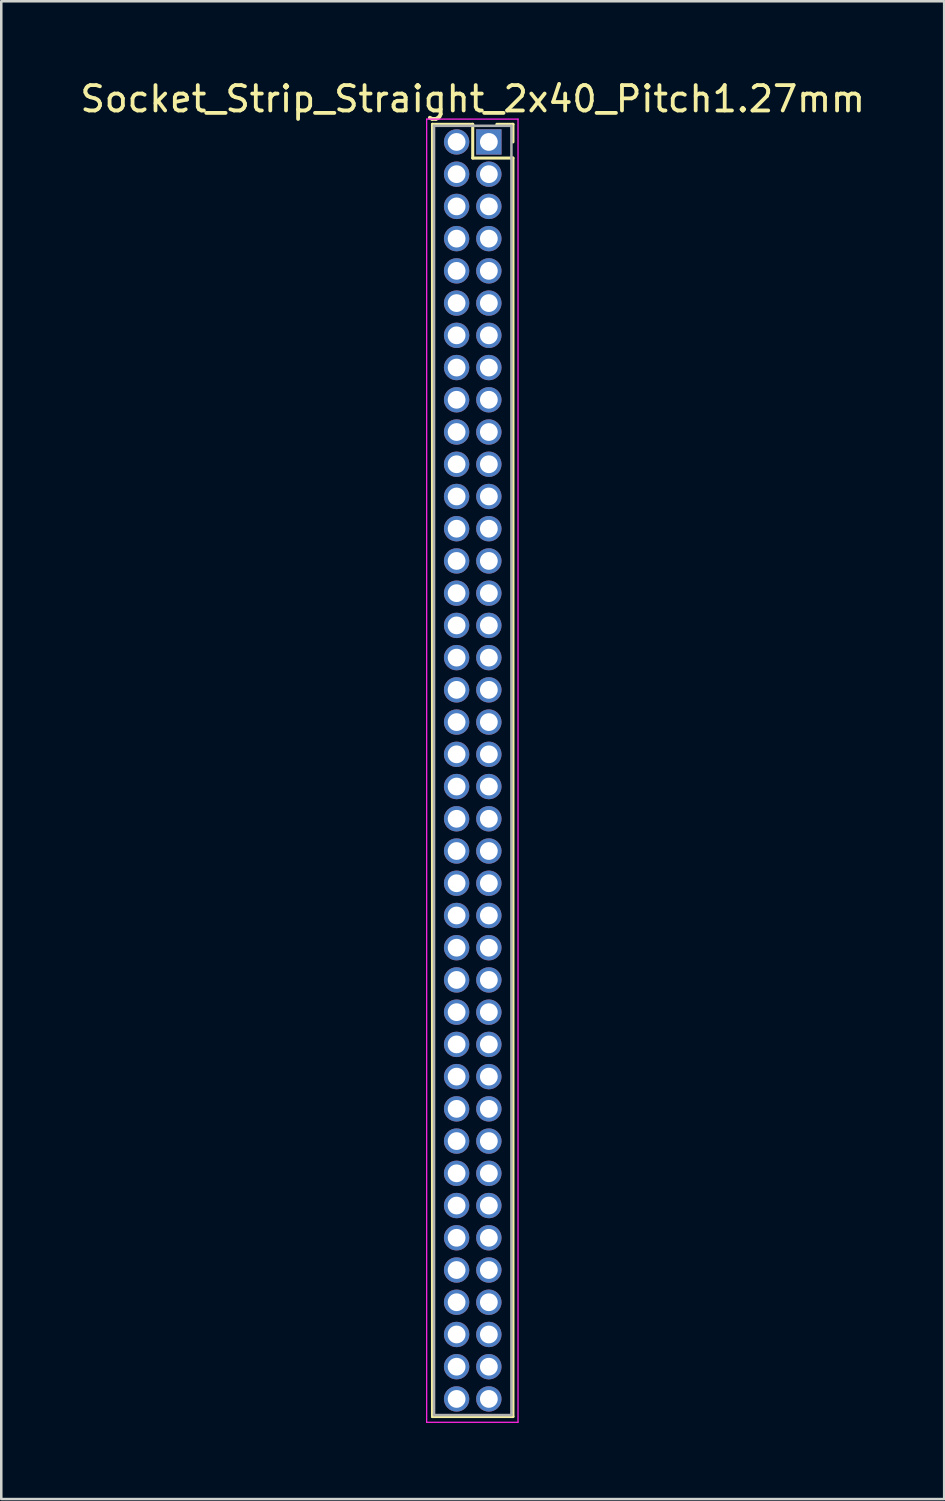
<source format=kicad_pcb>
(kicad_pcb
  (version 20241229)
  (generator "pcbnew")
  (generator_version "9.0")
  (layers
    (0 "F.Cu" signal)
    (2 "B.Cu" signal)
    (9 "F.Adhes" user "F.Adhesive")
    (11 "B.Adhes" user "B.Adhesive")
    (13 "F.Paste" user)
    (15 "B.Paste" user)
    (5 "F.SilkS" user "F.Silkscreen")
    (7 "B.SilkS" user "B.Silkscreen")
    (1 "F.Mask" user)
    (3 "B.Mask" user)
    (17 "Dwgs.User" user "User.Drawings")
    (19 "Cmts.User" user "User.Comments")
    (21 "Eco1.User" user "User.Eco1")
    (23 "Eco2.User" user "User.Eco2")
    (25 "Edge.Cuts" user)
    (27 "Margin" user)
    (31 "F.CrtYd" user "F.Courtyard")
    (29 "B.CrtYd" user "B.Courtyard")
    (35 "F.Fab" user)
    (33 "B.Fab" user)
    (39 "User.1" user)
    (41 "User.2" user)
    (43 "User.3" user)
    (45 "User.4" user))
  (footprint "Socket_Strip_Straight_2x40_Pitch1.27mm"
    (layer "F.Cu")
    (at 16.212 2.543)
    (property "Reference" "Socket_Strip_Straight_2x40_Pitch1.27mm" (at -0.635 -1.695 0) (layer "F.SilkS") (effects (font (size 1 1) (thickness 0.15))))
    (attr through_hole)
    (fp_line (start -2.22 -0.695) (end -0.635 -0.695) (stroke (width 0.12) (type solid)) (layer "F.SilkS"))
    (fp_line (start -2.22 50.225) (end -2.22 -0.695) (stroke (width 0.12) (type solid)) (layer "F.SilkS"))
    (fp_line (start -0.635 -0.695) (end -0.635 0.635) (stroke (width 0.12) (type solid)) (layer "F.SilkS"))
    (fp_line (start -0.635 0.635) (end 0.95 0.635) (stroke (width 0.12) (type solid)) (layer "F.SilkS"))
    (fp_line (start 0.95 -0.695) (end 0.315 -0.695) (stroke (width 0.12) (type solid)) (layer "F.SilkS"))
    (fp_line (start 0.95 0) (end 0.95 -0.695) (stroke (width 0.12) (type solid)) (layer "F.SilkS"))
    (fp_line (start 0.95 0.635) (end 0.95 50.225) (stroke (width 0.12) (type solid)) (layer "F.SilkS"))
    (fp_line (start 0.95 50.225) (end -2.22 50.225) (stroke (width 0.12) (type solid)) (layer "F.SilkS"))
    (fp_line (start -2.45 -0.9) (end -2.45 50.45) (stroke (width 0.05) (type solid)) (layer "F.CrtYd"))
    (fp_line (start -2.45 50.45) (end 1.15 50.45) (stroke (width 0.05) (type solid)) (layer "F.CrtYd"))
    (fp_line (start 1.15 -0.9) (end -2.45 -0.9) (stroke (width 0.05) (type solid)) (layer "F.CrtYd"))
    (fp_line (start 1.15 50.45) (end 1.15 -0.9) (stroke (width 0.05) (type solid)) (layer "F.CrtYd"))
    (fp_line (start -2.16 -0.635) (end -2.16 50.165) (stroke (width 0.1) (type solid)) (layer "F.Fab"))
    (fp_line (start -2.16 50.165) (end 0.89 50.165) (stroke (width 0.1) (type solid)) (layer "F.Fab"))
    (fp_line (start 0.89 -0.635) (end -2.16 -0.635) (stroke (width 0.1) (type solid)) (layer "F.Fab"))
    (fp_line (start 0.89 50.165) (end 0.89 -0.635) (stroke (width 0.1) (type solid)) (layer "F.Fab"))
    (pad "1" thru_hole rect (at 0 0) (size 1 1) (drill 0.7) (layers "*.Cu" "*.Mask"))
    (pad "2" thru_hole oval (at -1.27 0) (size 1 1) (drill 0.7) (layers "*.Cu" "*.Mask"))
    (pad "3" thru_hole oval (at 0 1.27) (size 1 1) (drill 0.7) (layers "*.Cu" "*.Mask"))
    (pad "4" thru_hole oval (at -1.27 1.27) (size 1 1) (drill 0.7) (layers "*.Cu" "*.Mask"))
    (pad "5" thru_hole oval (at 0 2.54) (size 1 1) (drill 0.7) (layers "*.Cu" "*.Mask"))
    (pad "6" thru_hole oval (at -1.27 2.54) (size 1 1) (drill 0.7) (layers "*.Cu" "*.Mask"))
    (pad "7" thru_hole oval (at 0 3.81) (size 1 1) (drill 0.7) (layers "*.Cu" "*.Mask"))
    (pad "8" thru_hole oval (at -1.27 3.81) (size 1 1) (drill 0.7) (layers "*.Cu" "*.Mask"))
    (pad "9" thru_hole oval (at 0 5.08) (size 1 1) (drill 0.7) (layers "*.Cu" "*.Mask"))
    (pad "10" thru_hole oval (at -1.27 5.08) (size 1 1) (drill 0.7) (layers "*.Cu" "*.Mask"))
    (pad "11" thru_hole oval (at 0 6.35) (size 1 1) (drill 0.7) (layers "*.Cu" "*.Mask"))
    (pad "12" thru_hole oval (at -1.27 6.35) (size 1 1) (drill 0.7) (layers "*.Cu" "*.Mask"))
    (pad "13" thru_hole oval (at 0 7.62) (size 1 1) (drill 0.7) (layers "*.Cu" "*.Mask"))
    (pad "14" thru_hole oval (at -1.27 7.62) (size 1 1) (drill 0.7) (layers "*.Cu" "*.Mask"))
    (pad "15" thru_hole oval (at 0 8.89) (size 1 1) (drill 0.7) (layers "*.Cu" "*.Mask"))
    (pad "16" thru_hole oval (at -1.27 8.89) (size 1 1) (drill 0.7) (layers "*.Cu" "*.Mask"))
    (pad "17" thru_hole oval (at 0 10.16) (size 1 1) (drill 0.7) (layers "*.Cu" "*.Mask"))
    (pad "18" thru_hole oval (at -1.27 10.16) (size 1 1) (drill 0.7) (layers "*.Cu" "*.Mask"))
    (pad "19" thru_hole oval (at 0 11.43) (size 1 1) (drill 0.7) (layers "*.Cu" "*.Mask"))
    (pad "20" thru_hole oval (at -1.27 11.43) (size 1 1) (drill 0.7) (layers "*.Cu" "*.Mask"))
    (pad "21" thru_hole oval (at 0 12.7) (size 1 1) (drill 0.7) (layers "*.Cu" "*.Mask"))
    (pad "22" thru_hole oval (at -1.27 12.7) (size 1 1) (drill 0.7) (layers "*.Cu" "*.Mask"))
    (pad "23" thru_hole oval (at 0 13.97) (size 1 1) (drill 0.7) (layers "*.Cu" "*.Mask"))
    (pad "24" thru_hole oval (at -1.27 13.97) (size 1 1) (drill 0.7) (layers "*.Cu" "*.Mask"))
    (pad "25" thru_hole oval (at 0 15.24) (size 1 1) (drill 0.7) (layers "*.Cu" "*.Mask"))
    (pad "26" thru_hole oval (at -1.27 15.24) (size 1 1) (drill 0.7) (layers "*.Cu" "*.Mask"))
    (pad "27" thru_hole oval (at 0 16.51) (size 1 1) (drill 0.7) (layers "*.Cu" "*.Mask"))
    (pad "28" thru_hole oval (at -1.27 16.51) (size 1 1) (drill 0.7) (layers "*.Cu" "*.Mask"))
    (pad "29" thru_hole oval (at 0 17.78) (size 1 1) (drill 0.7) (layers "*.Cu" "*.Mask"))
    (pad "30" thru_hole oval (at -1.27 17.78) (size 1 1) (drill 0.7) (layers "*.Cu" "*.Mask"))
    (pad "31" thru_hole oval (at 0 19.05) (size 1 1) (drill 0.7) (layers "*.Cu" "*.Mask"))
    (pad "32" thru_hole oval (at -1.27 19.05) (size 1 1) (drill 0.7) (layers "*.Cu" "*.Mask"))
    (pad "33" thru_hole oval (at 0 20.32) (size 1 1) (drill 0.7) (layers "*.Cu" "*.Mask"))
    (pad "34" thru_hole oval (at -1.27 20.32) (size 1 1) (drill 0.7) (layers "*.Cu" "*.Mask"))
    (pad "35" thru_hole oval (at 0 21.59) (size 1 1) (drill 0.7) (layers "*.Cu" "*.Mask"))
    (pad "36" thru_hole oval (at -1.27 21.59) (size 1 1) (drill 0.7) (layers "*.Cu" "*.Mask"))
    (pad "37" thru_hole oval (at 0 22.86) (size 1 1) (drill 0.7) (layers "*.Cu" "*.Mask"))
    (pad "38" thru_hole oval (at -1.27 22.86) (size 1 1) (drill 0.7) (layers "*.Cu" "*.Mask"))
    (pad "39" thru_hole oval (at 0 24.13) (size 1 1) (drill 0.7) (layers "*.Cu" "*.Mask"))
    (pad "40" thru_hole oval (at -1.27 24.13) (size 1 1) (drill 0.7) (layers "*.Cu" "*.Mask"))
    (pad "41" thru_hole oval (at 0 25.4) (size 1 1) (drill 0.7) (layers "*.Cu" "*.Mask"))
    (pad "42" thru_hole oval (at -1.27 25.4) (size 1 1) (drill 0.7) (layers "*.Cu" "*.Mask"))
    (pad "43" thru_hole oval (at 0 26.67) (size 1 1) (drill 0.7) (layers "*.Cu" "*.Mask"))
    (pad "44" thru_hole oval (at -1.27 26.67) (size 1 1) (drill 0.7) (layers "*.Cu" "*.Mask"))
    (pad "45" thru_hole oval (at 0 27.94) (size 1 1) (drill 0.7) (layers "*.Cu" "*.Mask"))
    (pad "46" thru_hole oval (at -1.27 27.94) (size 1 1) (drill 0.7) (layers "*.Cu" "*.Mask"))
    (pad "47" thru_hole oval (at 0 29.21) (size 1 1) (drill 0.7) (layers "*.Cu" "*.Mask"))
    (pad "48" thru_hole oval (at -1.27 29.21) (size 1 1) (drill 0.7) (layers "*.Cu" "*.Mask"))
    (pad "49" thru_hole oval (at 0 30.48) (size 1 1) (drill 0.7) (layers "*.Cu" "*.Mask"))
    (pad "50" thru_hole oval (at -1.27 30.48) (size 1 1) (drill 0.7) (layers "*.Cu" "*.Mask"))
    (pad "51" thru_hole oval (at 0 31.75) (size 1 1) (drill 0.7) (layers "*.Cu" "*.Mask"))
    (pad "52" thru_hole oval (at -1.27 31.75) (size 1 1) (drill 0.7) (layers "*.Cu" "*.Mask"))
    (pad "53" thru_hole oval (at 0 33.02) (size 1 1) (drill 0.7) (layers "*.Cu" "*.Mask"))
    (pad "54" thru_hole oval (at -1.27 33.02) (size 1 1) (drill 0.7) (layers "*.Cu" "*.Mask"))
    (pad "55" thru_hole oval (at 0 34.29) (size 1 1) (drill 0.7) (layers "*.Cu" "*.Mask"))
    (pad "56" thru_hole oval (at -1.27 34.29) (size 1 1) (drill 0.7) (layers "*.Cu" "*.Mask"))
    (pad "57" thru_hole oval (at 0 35.56) (size 1 1) (drill 0.7) (layers "*.Cu" "*.Mask"))
    (pad "58" thru_hole oval (at -1.27 35.56) (size 1 1) (drill 0.7) (layers "*.Cu" "*.Mask"))
    (pad "59" thru_hole oval (at 0 36.83) (size 1 1) (drill 0.7) (layers "*.Cu" "*.Mask"))
    (pad "60" thru_hole oval (at -1.27 36.83) (size 1 1) (drill 0.7) (layers "*.Cu" "*.Mask"))
    (pad "61" thru_hole oval (at 0 38.1) (size 1 1) (drill 0.7) (layers "*.Cu" "*.Mask"))
    (pad "62" thru_hole oval (at -1.27 38.1) (size 1 1) (drill 0.7) (layers "*.Cu" "*.Mask"))
    (pad "63" thru_hole oval (at 0 39.37) (size 1 1) (drill 0.7) (layers "*.Cu" "*.Mask"))
    (pad "64" thru_hole oval (at -1.27 39.37) (size 1 1) (drill 0.7) (layers "*.Cu" "*.Mask"))
    (pad "65" thru_hole oval (at 0 40.64) (size 1 1) (drill 0.7) (layers "*.Cu" "*.Mask"))
    (pad "66" thru_hole oval (at -1.27 40.64) (size 1 1) (drill 0.7) (layers "*.Cu" "*.Mask"))
    (pad "67" thru_hole oval (at 0 41.91) (size 1 1) (drill 0.7) (layers "*.Cu" "*.Mask"))
    (pad "68" thru_hole oval (at -1.27 41.91) (size 1 1) (drill 0.7) (layers "*.Cu" "*.Mask"))
    (pad "69" thru_hole oval (at 0 43.18) (size 1 1) (drill 0.7) (layers "*.Cu" "*.Mask"))
    (pad "70" thru_hole oval (at -1.27 43.18) (size 1 1) (drill 0.7) (layers "*.Cu" "*.Mask"))
    (pad "71" thru_hole oval (at 0 44.45) (size 1 1) (drill 0.7) (layers "*.Cu" "*.Mask"))
    (pad "72" thru_hole oval (at -1.27 44.45) (size 1 1) (drill 0.7) (layers "*.Cu" "*.Mask"))
    (pad "73" thru_hole oval (at 0 45.72) (size 1 1) (drill 0.7) (layers "*.Cu" "*.Mask"))
    (pad "74" thru_hole oval (at -1.27 45.72) (size 1 1) (drill 0.7) (layers "*.Cu" "*.Mask"))
    (pad "75" thru_hole oval (at 0 46.99) (size 1 1) (drill 0.7) (layers "*.Cu" "*.Mask"))
    (pad "76" thru_hole oval (at -1.27 46.99) (size 1 1) (drill 0.7) (layers "*.Cu" "*.Mask"))
    (pad "77" thru_hole oval (at 0 48.26) (size 1 1) (drill 0.7) (layers "*.Cu" "*.Mask"))
    (pad "78" thru_hole oval (at -1.27 48.26) (size 1 1) (drill 0.7) (layers "*.Cu" "*.Mask"))
    (pad "79" thru_hole oval (at 0 49.53) (size 1 1) (drill 0.7) (layers "*.Cu" "*.Mask"))
    (pad "80" thru_hole oval (at -1.27 49.53) (size 1 1) (drill 0.7) (layers "*.Cu" "*.Mask")))
  (gr_rect
    (start -3 -3)
    (end 34.155 56.018)
    (stroke (width 0.1) (type default))
    (fill no)
    (layer "Edge.Cuts")))
</source>
